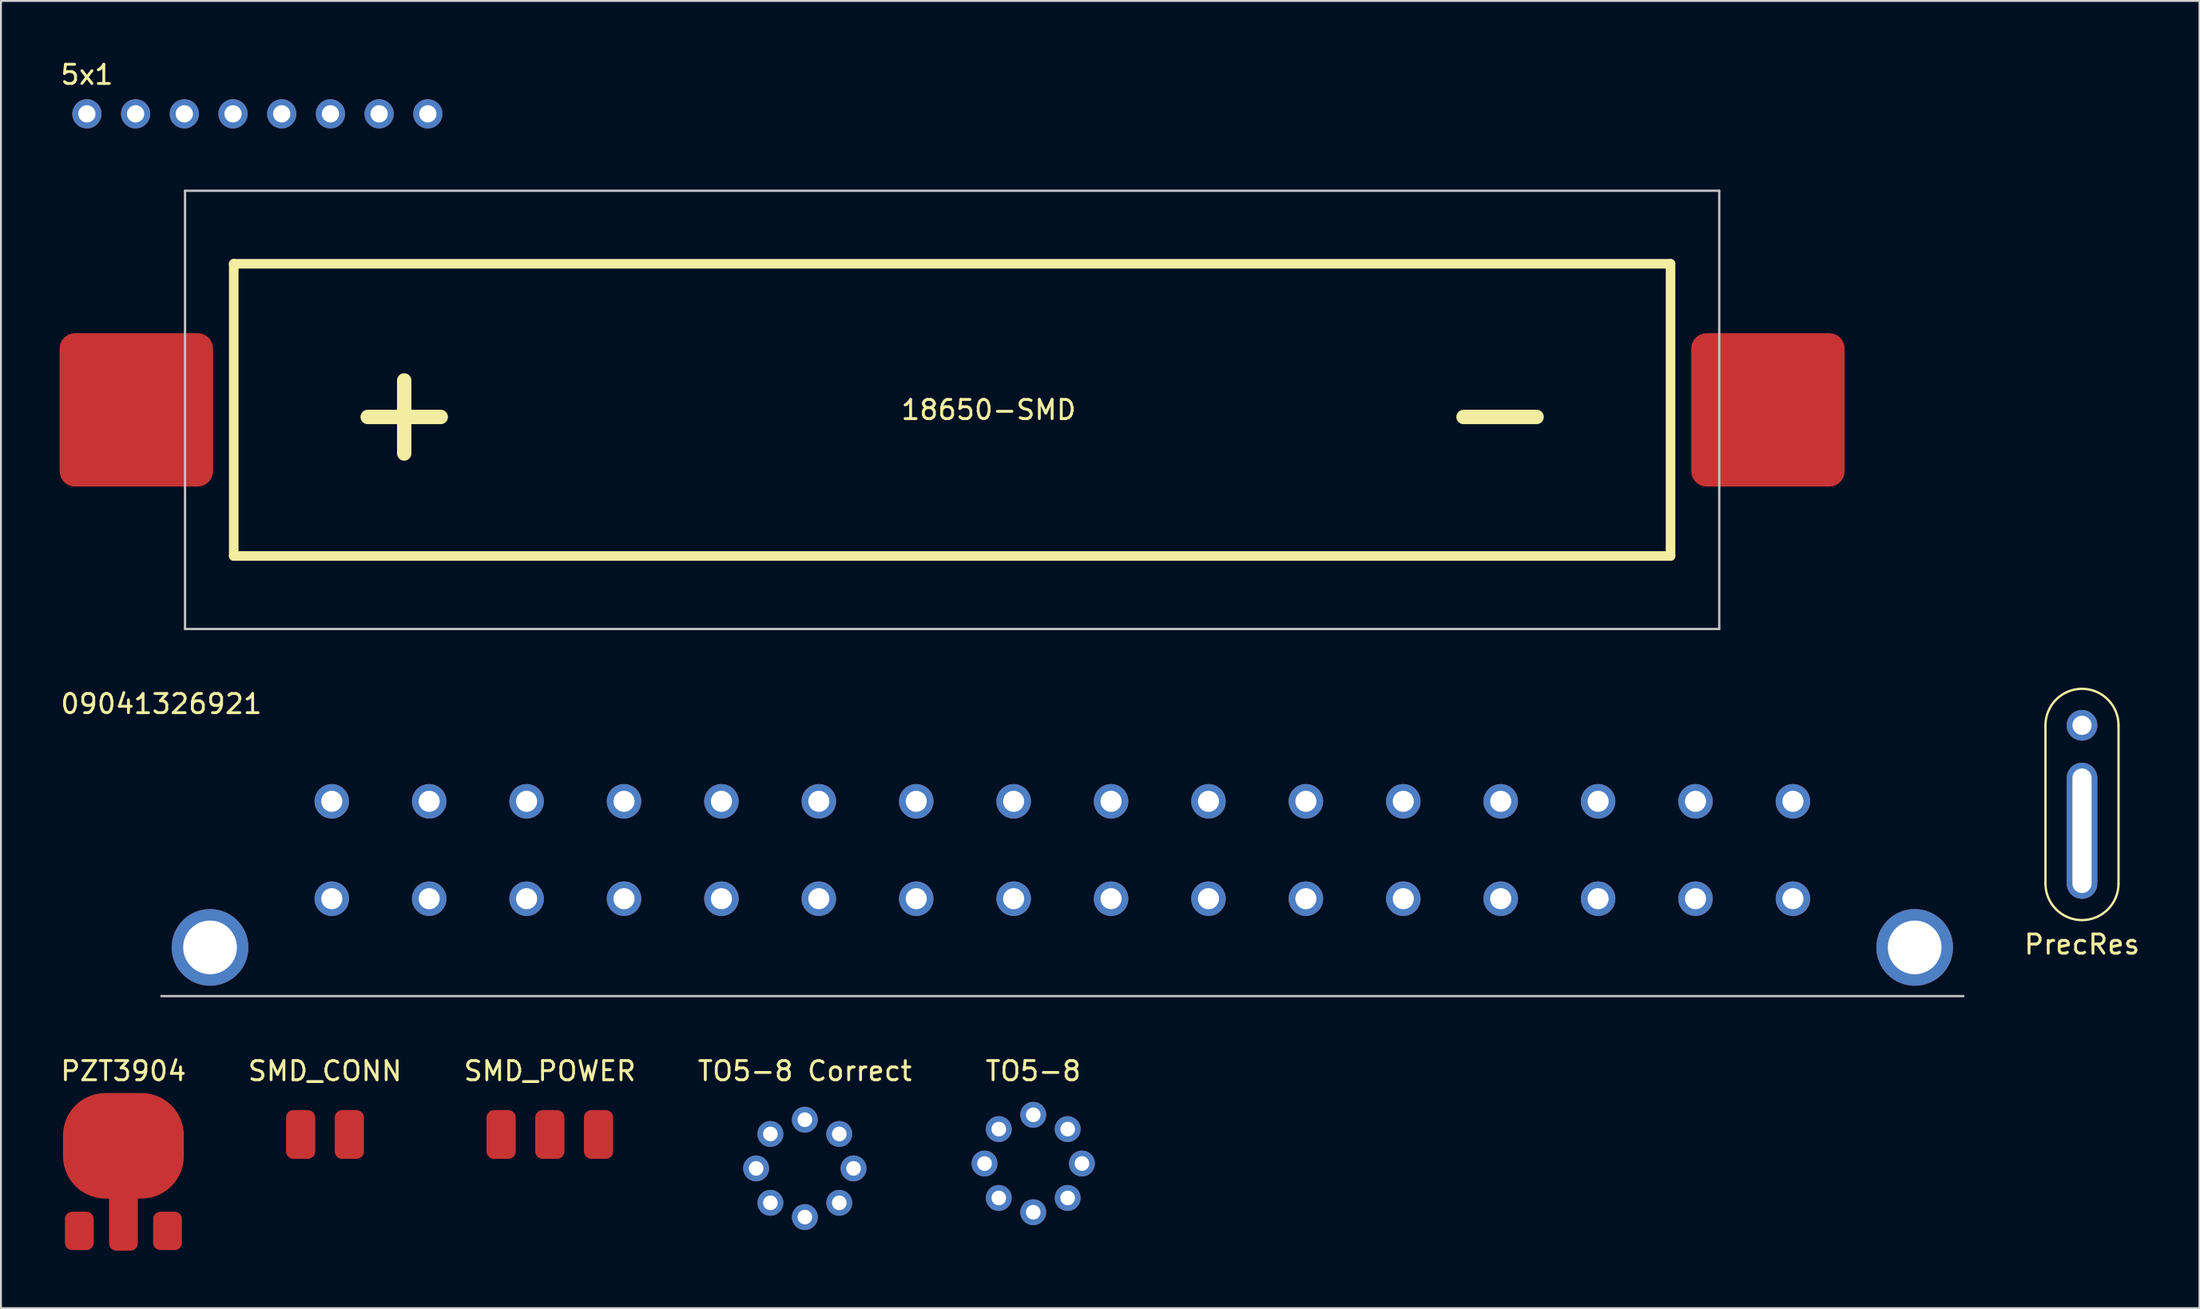
<source format=kicad_pcb>
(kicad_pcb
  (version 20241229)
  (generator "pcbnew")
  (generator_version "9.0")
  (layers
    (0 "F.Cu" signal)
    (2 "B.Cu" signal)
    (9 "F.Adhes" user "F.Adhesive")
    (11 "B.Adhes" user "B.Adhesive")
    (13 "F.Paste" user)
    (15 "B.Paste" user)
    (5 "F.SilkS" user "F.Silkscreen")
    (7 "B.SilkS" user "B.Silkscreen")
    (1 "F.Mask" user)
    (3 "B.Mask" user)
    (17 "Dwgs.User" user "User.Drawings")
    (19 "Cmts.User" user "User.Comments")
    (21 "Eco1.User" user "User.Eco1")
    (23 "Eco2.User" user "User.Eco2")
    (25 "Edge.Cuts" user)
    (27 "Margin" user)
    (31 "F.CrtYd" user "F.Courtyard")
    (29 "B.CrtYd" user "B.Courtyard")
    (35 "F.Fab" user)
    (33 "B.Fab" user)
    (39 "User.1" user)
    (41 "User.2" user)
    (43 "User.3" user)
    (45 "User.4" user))
  (footprint "PZT3904"
    (layer "F.Cu")
    (at 3.387 52.317)
    (property "Reference" "PZT3904" (at 0 0.5 0) (layer "F.SilkS") (effects (font (size 1 1) (thickness 0.15))))
    (attr through_hole)
    (pad "1" smd roundrect (at -2.3 8.84) (size 1.5 2) (layers "F.Cu" "F.Mask" "F.Paste") (roundrect_rratio 0.25))
    (pad "2" smd roundrect (at 0 4.4) (size 6.3 5.5) (layers "F.Cu" "F.Mask" "F.Paste") (roundrect_rratio 0.4))
    (pad "2" smd roundrect (at 0 7.62) (size 1.5 4.5) (layers "F.Cu" "F.Mask" "F.Paste") (roundrect_rratio 0.25))
    (pad "3" smd roundrect (at 2.3 8.84) (size 1.5 2) (layers "F.Cu" "F.Mask" "F.Paste") (roundrect_rratio 0.25)))
  (footprint "18650-SMD"
    (layer "F.Cu")
    (at 0.25 6.9)
    (property "Reference" "18650-SMD" (at 48.26 11.43 0) (layer "F.SilkS") (effects (font (size 1 1) (thickness 0.15))))
    (attr through_hole)
    (fp_line (start 8.89 3.81) (end 83.82 3.81) (stroke (width 0.5) (type solid)) (layer "F.SilkS"))
    (fp_line (start 8.89 19.05) (end 8.89 3.81) (stroke (width 0.5) (type solid)) (layer "F.SilkS"))
    (fp_line (start 83.82 3.81) (end 83.82 19.05) (stroke (width 0.5) (type solid)) (layer "F.SilkS"))
    (fp_line (start 83.82 19.05) (end 8.89 19.05) (stroke (width 0.5) (type solid)) (layer "F.SilkS"))
    (fp_line (start 6.35 0) (end 86.36 0) (stroke (width 0.12) (type solid)) (layer "Dwgs.User"))
    (fp_line (start 6.35 22.86) (end 6.35 0) (stroke (width 0.12) (type solid)) (layer "Dwgs.User"))
    (fp_line (start 86.36 0) (end 86.36 22.86) (stroke (width 0.12) (type solid)) (layer "Dwgs.User"))
    (fp_line (start 86.36 22.86) (end 6.35 22.86) (stroke (width 0.12) (type solid)) (layer "Dwgs.User"))
    (fp_text user "-" (at 74.93 11.43 0) (layer "F.SilkS") (effects (font (size 5 5) (thickness 0.75))))
    (fp_text user "+" (at 17.78 11.43 0) (layer "F.SilkS") (effects (font (size 5 5) (thickness 0.75))))
    (pad "1" smd roundrect (at 3.81 11.43) (size 8 8) (layers "F.Cu" "F.Mask" "F.Paste") (roundrect_rratio 0.1))
    (pad "2" smd roundrect (at 88.9 11.43) (size 8 8) (layers "F.Cu" "F.Mask" "F.Paste") (roundrect_rratio 0.1)))
  (footprint "SMD_CONN"
    (layer "F.Cu")
    (at 13.899 52.317)
    (property "Reference" "SMD_CONN" (at 0 0.5 0) (layer "F.SilkS") (effects (font (size 1 1) (thickness 0.15))))
    (attr through_hole)
    (pad "1" smd roundrect (at -1.27 3.81) (size 1.524 2.54) (layers "F.Cu" "F.Mask" "F.Paste") (roundrect_rratio 0.25))
    (pad "2" smd roundrect (at 1.27 3.81) (size 1.524 2.54) (layers "F.Cu" "F.Mask" "F.Paste") (roundrect_rratio 0.25)))
  (footprint "TO5-8 Correct"
    (layer "F.Cu")
    (at 38.923 57.897)
    (property "Reference" "TO5-8 Correct" (at 0 -5.08 0) (layer "F.SilkS") (effects (font (size 1 1) (thickness 0.15))))
    (attr through_hole)
    (pad "1" thru_hole circle (at 0 -2.54 90) (size 1.35 1.35) (drill 0.762) (layers "*.Cu" "*.Mask"))
    (pad "2" thru_hole circle (at -1.796 -1.796) (size 1.35 1.35) (drill 0.762) (layers "*.Cu" "*.Mask"))
    (pad "3" thru_hole circle (at -2.54 0) (size 1.35 1.35) (drill 0.762) (layers "*.Cu" "*.Mask"))
    (pad "4" thru_hole circle (at -1.796 1.796) (size 1.35 1.35) (drill 0.762) (layers "*.Cu" "*.Mask"))
    (pad "5" thru_hole circle (at 0 2.54 90) (size 1.35 1.35) (drill 0.762) (layers "*.Cu" "*.Mask"))
    (pad "6" thru_hole circle (at 1.796 1.796) (size 1.35 1.35) (drill 0.762) (layers "*.Cu" "*.Mask"))
    (pad "7" thru_hole circle (at 2.54 0) (size 1.35 1.35) (drill 0.762) (layers "*.Cu" "*.Mask"))
    (pad "8" thru_hole circle (at 1.796 -1.796) (size 1.35 1.35) (drill 0.762) (layers "*.Cu" "*.Mask")))
  (footprint "09041326921"
    (layer "F.Cu")
    (at 5.363 36.209)
    (property "Reference" "09041326921" (at 0 -2.54 0) (layer "F.SilkS") (effects (font (size 1 1) (thickness 0.15))))
    (attr through_hole)
    (fp_line (start 93.98 12.7) (end 0 12.7) (stroke (width 0.12) (type solid)) (layer "Dwgs.User"))
    (pad "" thru_hole circle (at 2.54 10.16) (size 4 4) (drill 2.8) (layers "*.Cu" "*.Mask"))
    (pad "" thru_hole circle (at 91.44 10.16) (size 4 4) (drill 2.8) (layers "*.Cu" "*.Mask"))
    (pad "1" thru_hole circle (at 8.89 7.62) (size 1.8 1.8) (drill 1.1) (layers "*.Cu" "*.Mask"))
    (pad "2" thru_hole circle (at 8.89 2.54) (size 1.8 1.8) (drill 1.1) (layers "*.Cu" "*.Mask"))
    (pad "3" thru_hole circle (at 13.97 7.62) (size 1.8 1.8) (drill 1.1) (layers "*.Cu" "*.Mask"))
    (pad "4" thru_hole circle (at 13.97 2.54) (size 1.8 1.8) (drill 1.1) (layers "*.Cu" "*.Mask"))
    (pad "5" thru_hole circle (at 19.05 7.62) (size 1.8 1.8) (drill 1.1) (layers "*.Cu" "*.Mask"))
    (pad "6" thru_hole circle (at 19.05 2.54) (size 1.8 1.8) (drill 1.1) (layers "*.Cu" "*.Mask"))
    (pad "7" thru_hole circle (at 24.13 7.62) (size 1.8 1.8) (drill 1.1) (layers "*.Cu" "*.Mask"))
    (pad "8" thru_hole circle (at 24.13 2.54) (size 1.8 1.8) (drill 1.1) (layers "*.Cu" "*.Mask"))
    (pad "9" thru_hole circle (at 29.21 7.62) (size 1.8 1.8) (drill 1.1) (layers "*.Cu" "*.Mask"))
    (pad "10" thru_hole circle (at 29.21 2.54) (size 1.8 1.8) (drill 1.1) (layers "*.Cu" "*.Mask"))
    (pad "11" thru_hole circle (at 34.29 7.62) (size 1.8 1.8) (drill 1.1) (layers "*.Cu" "*.Mask"))
    (pad "12" thru_hole circle (at 34.29 2.54) (size 1.8 1.8) (drill 1.1) (layers "*.Cu" "*.Mask"))
    (pad "13" thru_hole circle (at 39.37 7.62) (size 1.8 1.8) (drill 1.1) (layers "*.Cu" "*.Mask"))
    (pad "14" thru_hole circle (at 39.37 2.54) (size 1.8 1.8) (drill 1.1) (layers "*.Cu" "*.Mask"))
    (pad "15" thru_hole circle (at 44.45 7.62) (size 1.8 1.8) (drill 1.1) (layers "*.Cu" "*.Mask"))
    (pad "16" thru_hole circle (at 44.45 2.54) (size 1.8 1.8) (drill 1.1) (layers "*.Cu" "*.Mask"))
    (pad "17" thru_hole circle (at 49.53 7.62) (size 1.8 1.8) (drill 1.1) (layers "*.Cu" "*.Mask"))
    (pad "18" thru_hole circle (at 49.53 2.54) (size 1.8 1.8) (drill 1.1) (layers "*.Cu" "*.Mask"))
    (pad "19" thru_hole circle (at 54.61 7.62) (size 1.8 1.8) (drill 1.1) (layers "*.Cu" "*.Mask"))
    (pad "20" thru_hole circle (at 54.61 2.54) (size 1.8 1.8) (drill 1.1) (layers "*.Cu" "*.Mask"))
    (pad "21" thru_hole circle (at 59.69 7.62) (size 1.8 1.8) (drill 1.1) (layers "*.Cu" "*.Mask"))
    (pad "22" thru_hole circle (at 59.69 2.54) (size 1.8 1.8) (drill 1.1) (layers "*.Cu" "*.Mask"))
    (pad "23" thru_hole circle (at 64.77 7.62) (size 1.8 1.8) (drill 1.1) (layers "*.Cu" "*.Mask"))
    (pad "24" thru_hole circle (at 64.77 2.54) (size 1.8 1.8) (drill 1.1) (layers "*.Cu" "*.Mask"))
    (pad "25" thru_hole circle (at 69.85 7.62) (size 1.8 1.8) (drill 1.1) (layers "*.Cu" "*.Mask"))
    (pad "26" thru_hole circle (at 69.85 2.54) (size 1.8 1.8) (drill 1.1) (layers "*.Cu" "*.Mask"))
    (pad "27" thru_hole circle (at 74.93 7.62) (size 1.8 1.8) (drill 1.1) (layers "*.Cu" "*.Mask"))
    (pad "28" thru_hole circle (at 74.93 2.54) (size 1.8 1.8) (drill 1.1) (layers "*.Cu" "*.Mask"))
    (pad "29" thru_hole circle (at 80.01 7.62) (size 1.8 1.8) (drill 1.1) (layers "*.Cu" "*.Mask"))
    (pad "30" thru_hole circle (at 80.01 2.54) (size 1.8 1.8) (drill 1.1) (layers "*.Cu" "*.Mask"))
    (pad "31" thru_hole circle (at 85.09 7.62) (size 1.8 1.8) (drill 1.1) (layers "*.Cu" "*.Mask"))
    (pad "32" thru_hole circle (at 85.09 2.54) (size 1.8 1.8) (drill 1.1) (layers "*.Cu" "*.Mask")))
  (footprint "TO5-8"
    (layer "F.Cu")
    (at 50.834 57.643)
    (property "Reference" "TO5-8" (at 0 -4.826 0) (layer "F.SilkS") (effects (font (size 1 1) (thickness 0.15))))
    (attr through_hole)
    (pad "1" thru_hole circle (at 0 -2.54 90) (size 1.35 1.35) (drill 0.762) (layers "*.Cu" "*.Mask"))
    (pad "2" thru_hole circle (at 1.796 -1.796) (size 1.35 1.35) (drill 0.762) (layers "*.Cu" "*.Mask"))
    (pad "3" thru_hole circle (at 2.54 0) (size 1.35 1.35) (drill 0.762) (layers "*.Cu" "*.Mask"))
    (pad "4" thru_hole circle (at 1.796 1.796) (size 1.35 1.35) (drill 0.762) (layers "*.Cu" "*.Mask"))
    (pad "5" thru_hole circle (at 0 2.54 90) (size 1.35 1.35) (drill 0.762) (layers "*.Cu" "*.Mask"))
    (pad "6" thru_hole circle (at -1.796 1.796) (size 1.35 1.35) (drill 0.762) (layers "*.Cu" "*.Mask"))
    (pad "7" thru_hole circle (at -2.54 0) (size 1.35 1.35) (drill 0.762) (layers "*.Cu" "*.Mask"))
    (pad "8" thru_hole circle (at -1.796 -1.796) (size 1.35 1.35) (drill 0.762) (layers "*.Cu" "*.Mask")))
  (footprint "SMD_POWER"
    (layer "F.Cu")
    (at 25.625 54.857)
    (property "Reference" "SMD_POWER" (at 0 -2.04 0) (layer "F.SilkS") (effects (font (size 1 1) (thickness 0.15))))
    (attr through_hole)
    (pad "1" smd roundrect (at -2.54 1.27) (size 1.524 2.54) (layers "F.Cu" "F.Mask" "F.Paste") (roundrect_rratio 0.25))
    (pad "2" smd roundrect (at 0 1.27) (size 1.524 2.54) (layers "F.Cu" "F.Mask" "F.Paste") (roundrect_rratio 0.25))
    (pad "3" smd roundrect (at 2.54 1.27) (size 1.524 2.54) (layers "F.Cu" "F.Mask" "F.Paste") (roundrect_rratio 0.25)))
  (footprint "5x1"
    (layer "F.Cu")
    (at 1.482 0.348)
    (property "Reference" "5x1" (at 0 0.5 0) (layer "F.SilkS") (effects (font (size 1 1) (thickness 0.15))))
    (attr through_hole)
    (pad "1" thru_hole circle (at 0 2.54) (size 1.524 1.524) (drill 0.9) (layers "*.Cu" "*.Mask"))
    (pad "2" thru_hole circle (at 2.54 2.54) (size 1.524 1.524) (drill 0.9) (layers "*.Cu" "*.Mask"))
    (pad "3" thru_hole circle (at 5.08 2.54) (size 1.524 1.524) (drill 0.9) (layers "*.Cu" "*.Mask"))
    (pad "4" thru_hole circle (at 7.62 2.54) (size 1.524 1.524) (drill 0.9) (layers "*.Cu" "*.Mask"))
    (pad "5" thru_hole circle (at 10.16 2.54) (size 1.524 1.524) (drill 0.9) (layers "*.Cu" "*.Mask"))
    (pad "6" thru_hole circle (at 12.7 2.54) (size 1.524 1.524) (drill 0.9) (layers "*.Cu" "*.Mask"))
    (pad "7" thru_hole circle (at 15.24 2.54) (size 1.524 1.524) (drill 0.9) (layers "*.Cu" "*.Mask"))
    (pad "8" thru_hole circle (at 17.78 2.54) (size 1.524 1.524) (drill 0.9) (layers "*.Cu" "*.Mask")))
  (footprint "PrecRes"
    (layer "F.Cu")
    (at 105.528 34.785)
    (property "Reference" "PrecRes" (at 0 11.43 0) (layer "F.SilkS") (effects (font (size 1 1) (thickness 0.15))))
    (attr through_hole)
    (fp_line (start -1.905 8.255) (end -1.905 0) (stroke (width 0.12) (type solid)) (layer "F.SilkS"))
    (fp_line (start 1.905 0) (end 1.905 8.255) (stroke (width 0.12) (type solid)) (layer "F.SilkS"))
    (fp_arc (start -1.905 0) (mid 0 -1.905) (end 1.905 0) (stroke (width 0.12) (type solid)) (layer "F.SilkS"))
    (fp_arc (start 1.905 8.255) (mid 0 10.16) (end -1.905 8.255) (stroke (width 0.12) (type solid)) (layer "F.SilkS"))
    (pad "1" thru_hole circle (at 0 0) (size 1.6 1.6) (drill 1) (layers "*.Cu" "*.Mask"))
    (pad "2" thru_hole oval (at 0 5.5) (size 1.6 7.1) (drill oval 1 6.5) (layers "*.Cu" "*.Mask")))
  (gr_rect
    (start -3 -3)
    (end 111.653 65.187)
    (stroke (width 0.1) (type default))
    (fill no)
    (layer "Edge.Cuts")))
</source>
